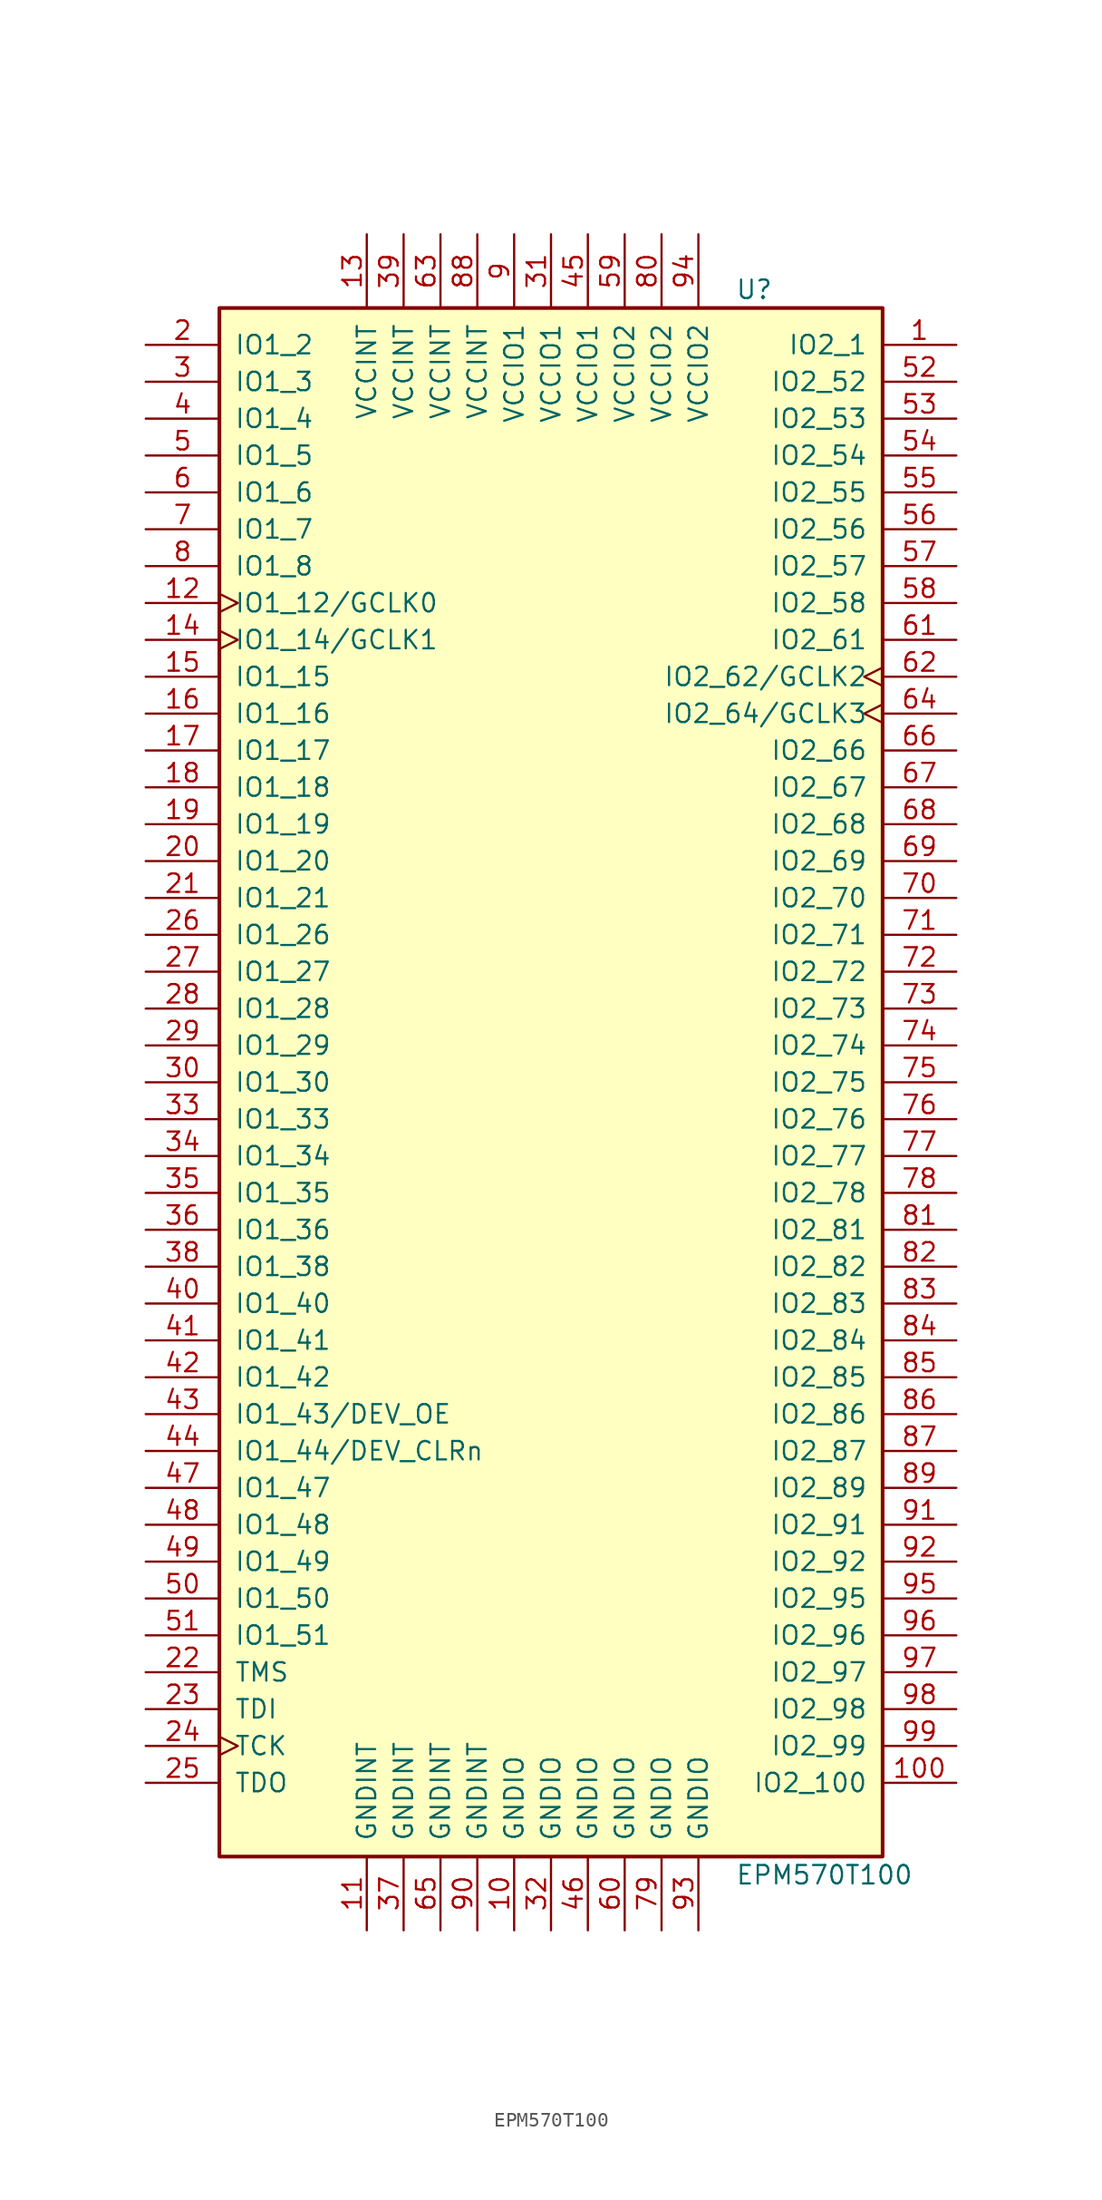
<source format=kicad_sym>
(kicad_symbol_lib
  (version 20201005)
  (generator kicad_symbol_editor)
  (symbol "EPM570T100"
    (pin_names
      (offset 1.016))
    (property "Reference" "U"
      (at 12.7 54.61 0)
      (effects (font (size 1.27 1.27)) (justify left)))
    (property "Value" "EPM570T100"
      (at 12.7 -54.61 0)
      (effects (font (size 1.27 1.27)) (justify left)))
    (property "ki_locked" ""
      (at 0 0 0)
      (effects (font (size 1.27 1.27))))
    (symbol "EPM570T100_1_1"
      (rectangle (start -22.86 53.34) (end 22.86 -53.34) (stroke (width 0.254)) (fill (type background)))
      (pin bidirectional line (at 27.94 50.8 180) (length 5.08) (name "IO2_1" (effects (font (size 1.27 1.27)))) (number "1" (effects (font (size 1.27 1.27)))))
      (pin power_in line (at -2.54 -58.42 90) (length 5.08) (name "GNDIO" (effects (font (size 1.27 1.27)))) (number "10" (effects (font (size 1.27 1.27)))))
      (pin bidirectional line (at 27.94 -48.26 180) (length 5.08) (name "IO2_100" (effects (font (size 1.27 1.27)))) (number "100" (effects (font (size 1.27 1.27)))))
      (pin power_in line (at -12.7 -58.42 90) (length 5.08) (name "GNDINT" (effects (font (size 1.27 1.27)))) (number "11" (effects (font (size 1.27 1.27)))))
      (pin bidirectional clock (at -27.94 33.02 0) (length 5.08) (name "IO1_12/GCLK0" (effects (font (size 1.27 1.27)))) (number "12" (effects (font (size 1.27 1.27)))))
      (pin power_in line (at -12.7 58.42 270) (length 5.08) (name "VCCINT" (effects (font (size 1.27 1.27)))) (number "13" (effects (font (size 1.27 1.27)))))
      (pin bidirectional clock (at -27.94 30.48 0) (length 5.08) (name "IO1_14/GCLK1" (effects (font (size 1.27 1.27)))) (number "14" (effects (font (size 1.27 1.27)))))
      (pin bidirectional line (at -27.94 27.94 0) (length 5.08) (name "IO1_15" (effects (font (size 1.27 1.27)))) (number "15" (effects (font (size 1.27 1.27)))))
      (pin bidirectional line (at -27.94 25.4 0) (length 5.08) (name "IO1_16" (effects (font (size 1.27 1.27)))) (number "16" (effects (font (size 1.27 1.27)))))
      (pin bidirectional line (at -27.94 22.86 0) (length 5.08) (name "IO1_17" (effects (font (size 1.27 1.27)))) (number "17" (effects (font (size 1.27 1.27)))))
      (pin bidirectional line (at -27.94 20.32 0) (length 5.08) (name "IO1_18" (effects (font (size 1.27 1.27)))) (number "18" (effects (font (size 1.27 1.27)))))
      (pin bidirectional line (at -27.94 17.78 0) (length 5.08) (name "IO1_19" (effects (font (size 1.27 1.27)))) (number "19" (effects (font (size 1.27 1.27)))))
      (pin bidirectional line (at -27.94 50.8 0) (length 5.08) (name "IO1_2" (effects (font (size 1.27 1.27)))) (number "2" (effects (font (size 1.27 1.27)))))
      (pin bidirectional line (at -27.94 15.24 0) (length 5.08) (name "IO1_20" (effects (font (size 1.27 1.27)))) (number "20" (effects (font (size 1.27 1.27)))))
      (pin bidirectional line (at -27.94 12.7 0) (length 5.08) (name "IO1_21" (effects (font (size 1.27 1.27)))) (number "21" (effects (font (size 1.27 1.27)))))
      (pin input line (at -27.94 -40.64 0) (length 5.08) (name "TMS" (effects (font (size 1.27 1.27)))) (number "22" (effects (font (size 1.27 1.27)))))
      (pin input line (at -27.94 -43.18 0) (length 5.08) (name "TDI" (effects (font (size 1.27 1.27)))) (number "23" (effects (font (size 1.27 1.27)))))
      (pin input clock (at -27.94 -45.72 0) (length 5.08) (name "TCK" (effects (font (size 1.27 1.27)))) (number "24" (effects (font (size 1.27 1.27)))))
      (pin output line (at -27.94 -48.26 0) (length 5.08) (name "TDO" (effects (font (size 1.27 1.27)))) (number "25" (effects (font (size 1.27 1.27)))))
      (pin bidirectional line (at -27.94 10.16 0) (length 5.08) (name "IO1_26" (effects (font (size 1.27 1.27)))) (number "26" (effects (font (size 1.27 1.27)))))
      (pin bidirectional line (at -27.94 7.62 0) (length 5.08) (name "IO1_27" (effects (font (size 1.27 1.27)))) (number "27" (effects (font (size 1.27 1.27)))))
      (pin bidirectional line (at -27.94 5.08 0) (length 5.08) (name "IO1_28" (effects (font (size 1.27 1.27)))) (number "28" (effects (font (size 1.27 1.27)))))
      (pin bidirectional line (at -27.94 2.54 0) (length 5.08) (name "IO1_29" (effects (font (size 1.27 1.27)))) (number "29" (effects (font (size 1.27 1.27)))))
      (pin bidirectional line (at -27.94 48.26 0) (length 5.08) (name "IO1_3" (effects (font (size 1.27 1.27)))) (number "3" (effects (font (size 1.27 1.27)))))
      (pin bidirectional line (at -27.94 0 0) (length 5.08) (name "IO1_30" (effects (font (size 1.27 1.27)))) (number "30" (effects (font (size 1.27 1.27)))))
      (pin power_in line (at 0 58.42 270) (length 5.08) (name "VCCIO1" (effects (font (size 1.27 1.27)))) (number "31" (effects (font (size 1.27 1.27)))))
      (pin power_in line (at 0 -58.42 90) (length 5.08) (name "GNDIO" (effects (font (size 1.27 1.27)))) (number "32" (effects (font (size 1.27 1.27)))))
      (pin bidirectional line (at -27.94 -2.54 0) (length 5.08) (name "IO1_33" (effects (font (size 1.27 1.27)))) (number "33" (effects (font (size 1.27 1.27)))))
      (pin bidirectional line (at -27.94 -5.08 0) (length 5.08) (name "IO1_34" (effects (font (size 1.27 1.27)))) (number "34" (effects (font (size 1.27 1.27)))))
      (pin bidirectional line (at -27.94 -7.62 0) (length 5.08) (name "IO1_35" (effects (font (size 1.27 1.27)))) (number "35" (effects (font (size 1.27 1.27)))))
      (pin bidirectional line (at -27.94 -10.16 0) (length 5.08) (name "IO1_36" (effects (font (size 1.27 1.27)))) (number "36" (effects (font (size 1.27 1.27)))))
      (pin power_in line (at -10.16 -58.42 90) (length 5.08) (name "GNDINT" (effects (font (size 1.27 1.27)))) (number "37" (effects (font (size 1.27 1.27)))))
      (pin bidirectional line (at -27.94 -12.7 0) (length 5.08) (name "IO1_38" (effects (font (size 1.27 1.27)))) (number "38" (effects (font (size 1.27 1.27)))))
      (pin power_in line (at -10.16 58.42 270) (length 5.08) (name "VCCINT" (effects (font (size 1.27 1.27)))) (number "39" (effects (font (size 1.27 1.27)))))
      (pin bidirectional line (at -27.94 45.72 0) (length 5.08) (name "IO1_4" (effects (font (size 1.27 1.27)))) (number "4" (effects (font (size 1.27 1.27)))))
      (pin bidirectional line (at -27.94 -15.24 0) (length 5.08) (name "IO1_40" (effects (font (size 1.27 1.27)))) (number "40" (effects (font (size 1.27 1.27)))))
      (pin bidirectional line (at -27.94 -17.78 0) (length 5.08) (name "IO1_41" (effects (font (size 1.27 1.27)))) (number "41" (effects (font (size 1.27 1.27)))))
      (pin bidirectional line (at -27.94 -20.32 0) (length 5.08) (name "IO1_42" (effects (font (size 1.27 1.27)))) (number "42" (effects (font (size 1.27 1.27)))))
      (pin bidirectional line (at -27.94 -22.86 0) (length 5.08) (name "IO1_43/DEV_OE" (effects (font (size 1.27 1.27)))) (number "43" (effects (font (size 1.27 1.27)))))
      (pin bidirectional line (at -27.94 -25.4 0) (length 5.08) (name "IO1_44/DEV_CLRn" (effects (font (size 1.27 1.27)))) (number "44" (effects (font (size 1.27 1.27)))))
      (pin power_in line (at 2.54 58.42 270) (length 5.08) (name "VCCIO1" (effects (font (size 1.27 1.27)))) (number "45" (effects (font (size 1.27 1.27)))))
      (pin power_in line (at 2.54 -58.42 90) (length 5.08) (name "GNDIO" (effects (font (size 1.27 1.27)))) (number "46" (effects (font (size 1.27 1.27)))))
      (pin bidirectional line (at -27.94 -27.94 0) (length 5.08) (name "IO1_47" (effects (font (size 1.27 1.27)))) (number "47" (effects (font (size 1.27 1.27)))))
      (pin bidirectional line (at -27.94 -30.48 0) (length 5.08) (name "IO1_48" (effects (font (size 1.27 1.27)))) (number "48" (effects (font (size 1.27 1.27)))))
      (pin bidirectional line (at -27.94 -33.02 0) (length 5.08) (name "IO1_49" (effects (font (size 1.27 1.27)))) (number "49" (effects (font (size 1.27 1.27)))))
      (pin bidirectional line (at -27.94 43.18 0) (length 5.08) (name "IO1_5" (effects (font (size 1.27 1.27)))) (number "5" (effects (font (size 1.27 1.27)))))
      (pin bidirectional line (at -27.94 -35.56 0) (length 5.08) (name "IO1_50" (effects (font (size 1.27 1.27)))) (number "50" (effects (font (size 1.27 1.27)))))
      (pin bidirectional line (at -27.94 -38.1 0) (length 5.08) (name "IO1_51" (effects (font (size 1.27 1.27)))) (number "51" (effects (font (size 1.27 1.27)))))
      (pin bidirectional line (at 27.94 48.26 180) (length 5.08) (name "IO2_52" (effects (font (size 1.27 1.27)))) (number "52" (effects (font (size 1.27 1.27)))))
      (pin bidirectional line (at 27.94 45.72 180) (length 5.08) (name "IO2_53" (effects (font (size 1.27 1.27)))) (number "53" (effects (font (size 1.27 1.27)))))
      (pin bidirectional line (at 27.94 43.18 180) (length 5.08) (name "IO2_54" (effects (font (size 1.27 1.27)))) (number "54" (effects (font (size 1.27 1.27)))))
      (pin bidirectional line (at 27.94 40.64 180) (length 5.08) (name "IO2_55" (effects (font (size 1.27 1.27)))) (number "55" (effects (font (size 1.27 1.27)))))
      (pin bidirectional line (at 27.94 38.1 180) (length 5.08) (name "IO2_56" (effects (font (size 1.27 1.27)))) (number "56" (effects (font (size 1.27 1.27)))))
      (pin bidirectional line (at 27.94 35.56 180) (length 5.08) (name "IO2_57" (effects (font (size 1.27 1.27)))) (number "57" (effects (font (size 1.27 1.27)))))
      (pin bidirectional line (at 27.94 33.02 180) (length 5.08) (name "IO2_58" (effects (font (size 1.27 1.27)))) (number "58" (effects (font (size 1.27 1.27)))))
      (pin power_in line (at 5.08 58.42 270) (length 5.08) (name "VCCIO2" (effects (font (size 1.27 1.27)))) (number "59" (effects (font (size 1.27 1.27)))))
      (pin bidirectional line (at -27.94 40.64 0) (length 5.08) (name "IO1_6" (effects (font (size 1.27 1.27)))) (number "6" (effects (font (size 1.27 1.27)))))
      (pin power_in line (at 5.08 -58.42 90) (length 5.08) (name "GNDIO" (effects (font (size 1.27 1.27)))) (number "60" (effects (font (size 1.27 1.27)))))
      (pin bidirectional line (at 27.94 30.48 180) (length 5.08) (name "IO2_61" (effects (font (size 1.27 1.27)))) (number "61" (effects (font (size 1.27 1.27)))))
      (pin bidirectional clock (at 27.94 27.94 180) (length 5.08) (name "IO2_62/GCLK2" (effects (font (size 1.27 1.27)))) (number "62" (effects (font (size 1.27 1.27)))))
      (pin power_in line (at -7.62 58.42 270) (length 5.08) (name "VCCINT" (effects (font (size 1.27 1.27)))) (number "63" (effects (font (size 1.27 1.27)))))
      (pin bidirectional clock (at 27.94 25.4 180) (length 5.08) (name "IO2_64/GCLK3" (effects (font (size 1.27 1.27)))) (number "64" (effects (font (size 1.27 1.27)))))
      (pin power_in line (at -7.62 -58.42 90) (length 5.08) (name "GNDINT" (effects (font (size 1.27 1.27)))) (number "65" (effects (font (size 1.27 1.27)))))
      (pin bidirectional line (at 27.94 22.86 180) (length 5.08) (name "IO2_66" (effects (font (size 1.27 1.27)))) (number "66" (effects (font (size 1.27 1.27)))))
      (pin bidirectional line (at 27.94 20.32 180) (length 5.08) (name "IO2_67" (effects (font (size 1.27 1.27)))) (number "67" (effects (font (size 1.27 1.27)))))
      (pin bidirectional line (at 27.94 17.78 180) (length 5.08) (name "IO2_68" (effects (font (size 1.27 1.27)))) (number "68" (effects (font (size 1.27 1.27)))))
      (pin bidirectional line (at 27.94 15.24 180) (length 5.08) (name "IO2_69" (effects (font (size 1.27 1.27)))) (number "69" (effects (font (size 1.27 1.27)))))
      (pin bidirectional line (at -27.94 38.1 0) (length 5.08) (name "IO1_7" (effects (font (size 1.27 1.27)))) (number "7" (effects (font (size 1.27 1.27)))))
      (pin bidirectional line (at 27.94 12.7 180) (length 5.08) (name "IO2_70" (effects (font (size 1.27 1.27)))) (number "70" (effects (font (size 1.27 1.27)))))
      (pin bidirectional line (at 27.94 10.16 180) (length 5.08) (name "IO2_71" (effects (font (size 1.27 1.27)))) (number "71" (effects (font (size 1.27 1.27)))))
      (pin bidirectional line (at 27.94 7.62 180) (length 5.08) (name "IO2_72" (effects (font (size 1.27 1.27)))) (number "72" (effects (font (size 1.27 1.27)))))
      (pin bidirectional line (at 27.94 5.08 180) (length 5.08) (name "IO2_73" (effects (font (size 1.27 1.27)))) (number "73" (effects (font (size 1.27 1.27)))))
      (pin bidirectional line (at 27.94 2.54 180) (length 5.08) (name "IO2_74" (effects (font (size 1.27 1.27)))) (number "74" (effects (font (size 1.27 1.27)))))
      (pin bidirectional line (at 27.94 0 180) (length 5.08) (name "IO2_75" (effects (font (size 1.27 1.27)))) (number "75" (effects (font (size 1.27 1.27)))))
      (pin bidirectional line (at 27.94 -2.54 180) (length 5.08) (name "IO2_76" (effects (font (size 1.27 1.27)))) (number "76" (effects (font (size 1.27 1.27)))))
      (pin bidirectional line (at 27.94 -5.08 180) (length 5.08) (name "IO2_77" (effects (font (size 1.27 1.27)))) (number "77" (effects (font (size 1.27 1.27)))))
      (pin bidirectional line (at 27.94 -7.62 180) (length 5.08) (name "IO2_78" (effects (font (size 1.27 1.27)))) (number "78" (effects (font (size 1.27 1.27)))))
      (pin power_in line (at 7.62 -58.42 90) (length 5.08) (name "GNDIO" (effects (font (size 1.27 1.27)))) (number "79" (effects (font (size 1.27 1.27)))))
      (pin bidirectional line (at -27.94 35.56 0) (length 5.08) (name "IO1_8" (effects (font (size 1.27 1.27)))) (number "8" (effects (font (size 1.27 1.27)))))
      (pin power_in line (at 7.62 58.42 270) (length 5.08) (name "VCCIO2" (effects (font (size 1.27 1.27)))) (number "80" (effects (font (size 1.27 1.27)))))
      (pin bidirectional line (at 27.94 -10.16 180) (length 5.08) (name "IO2_81" (effects (font (size 1.27 1.27)))) (number "81" (effects (font (size 1.27 1.27)))))
      (pin bidirectional line (at 27.94 -12.7 180) (length 5.08) (name "IO2_82" (effects (font (size 1.27 1.27)))) (number "82" (effects (font (size 1.27 1.27)))))
      (pin bidirectional line (at 27.94 -15.24 180) (length 5.08) (name "IO2_83" (effects (font (size 1.27 1.27)))) (number "83" (effects (font (size 1.27 1.27)))))
      (pin bidirectional line (at 27.94 -17.78 180) (length 5.08) (name "IO2_84" (effects (font (size 1.27 1.27)))) (number "84" (effects (font (size 1.27 1.27)))))
      (pin bidirectional line (at 27.94 -20.32 180) (length 5.08) (name "IO2_85" (effects (font (size 1.27 1.27)))) (number "85" (effects (font (size 1.27 1.27)))))
      (pin bidirectional line (at 27.94 -22.86 180) (length 5.08) (name "IO2_86" (effects (font (size 1.27 1.27)))) (number "86" (effects (font (size 1.27 1.27)))))
      (pin bidirectional line (at 27.94 -25.4 180) (length 5.08) (name "IO2_87" (effects (font (size 1.27 1.27)))) (number "87" (effects (font (size 1.27 1.27)))))
      (pin power_in line (at -5.08 58.42 270) (length 5.08) (name "VCCINT" (effects (font (size 1.27 1.27)))) (number "88" (effects (font (size 1.27 1.27)))))
      (pin bidirectional line (at 27.94 -27.94 180) (length 5.08) (name "IO2_89" (effects (font (size 1.27 1.27)))) (number "89" (effects (font (size 1.27 1.27)))))
      (pin power_in line (at -2.54 58.42 270) (length 5.08) (name "VCCIO1" (effects (font (size 1.27 1.27)))) (number "9" (effects (font (size 1.27 1.27)))))
      (pin power_in line (at -5.08 -58.42 90) (length 5.08) (name "GNDINT" (effects (font (size 1.27 1.27)))) (number "90" (effects (font (size 1.27 1.27)))))
      (pin bidirectional line (at 27.94 -30.48 180) (length 5.08) (name "IO2_91" (effects (font (size 1.27 1.27)))) (number "91" (effects (font (size 1.27 1.27)))))
      (pin bidirectional line (at 27.94 -33.02 180) (length 5.08) (name "IO2_92" (effects (font (size 1.27 1.27)))) (number "92" (effects (font (size 1.27 1.27)))))
      (pin power_in line (at 10.16 -58.42 90) (length 5.08) (name "GNDIO" (effects (font (size 1.27 1.27)))) (number "93" (effects (font (size 1.27 1.27)))))
      (pin power_in line (at 10.16 58.42 270) (length 5.08) (name "VCCIO2" (effects (font (size 1.27 1.27)))) (number "94" (effects (font (size 1.27 1.27)))))
      (pin bidirectional line (at 27.94 -35.56 180) (length 5.08) (name "IO2_95" (effects (font (size 1.27 1.27)))) (number "95" (effects (font (size 1.27 1.27)))))
      (pin bidirectional line (at 27.94 -38.1 180) (length 5.08) (name "IO2_96" (effects (font (size 1.27 1.27)))) (number "96" (effects (font (size 1.27 1.27)))))
      (pin bidirectional line (at 27.94 -40.64 180) (length 5.08) (name "IO2_97" (effects (font (size 1.27 1.27)))) (number "97" (effects (font (size 1.27 1.27)))))
      (pin bidirectional line (at 27.94 -43.18 180) (length 5.08) (name "IO2_98" (effects (font (size 1.27 1.27)))) (number "98" (effects (font (size 1.27 1.27)))))
      (pin bidirectional line (at 27.94 -45.72 180) (length 5.08) (name "IO2_99" (effects (font (size 1.27 1.27)))) (number "99" (effects (font (size 1.27 1.27))))))))
</source>
